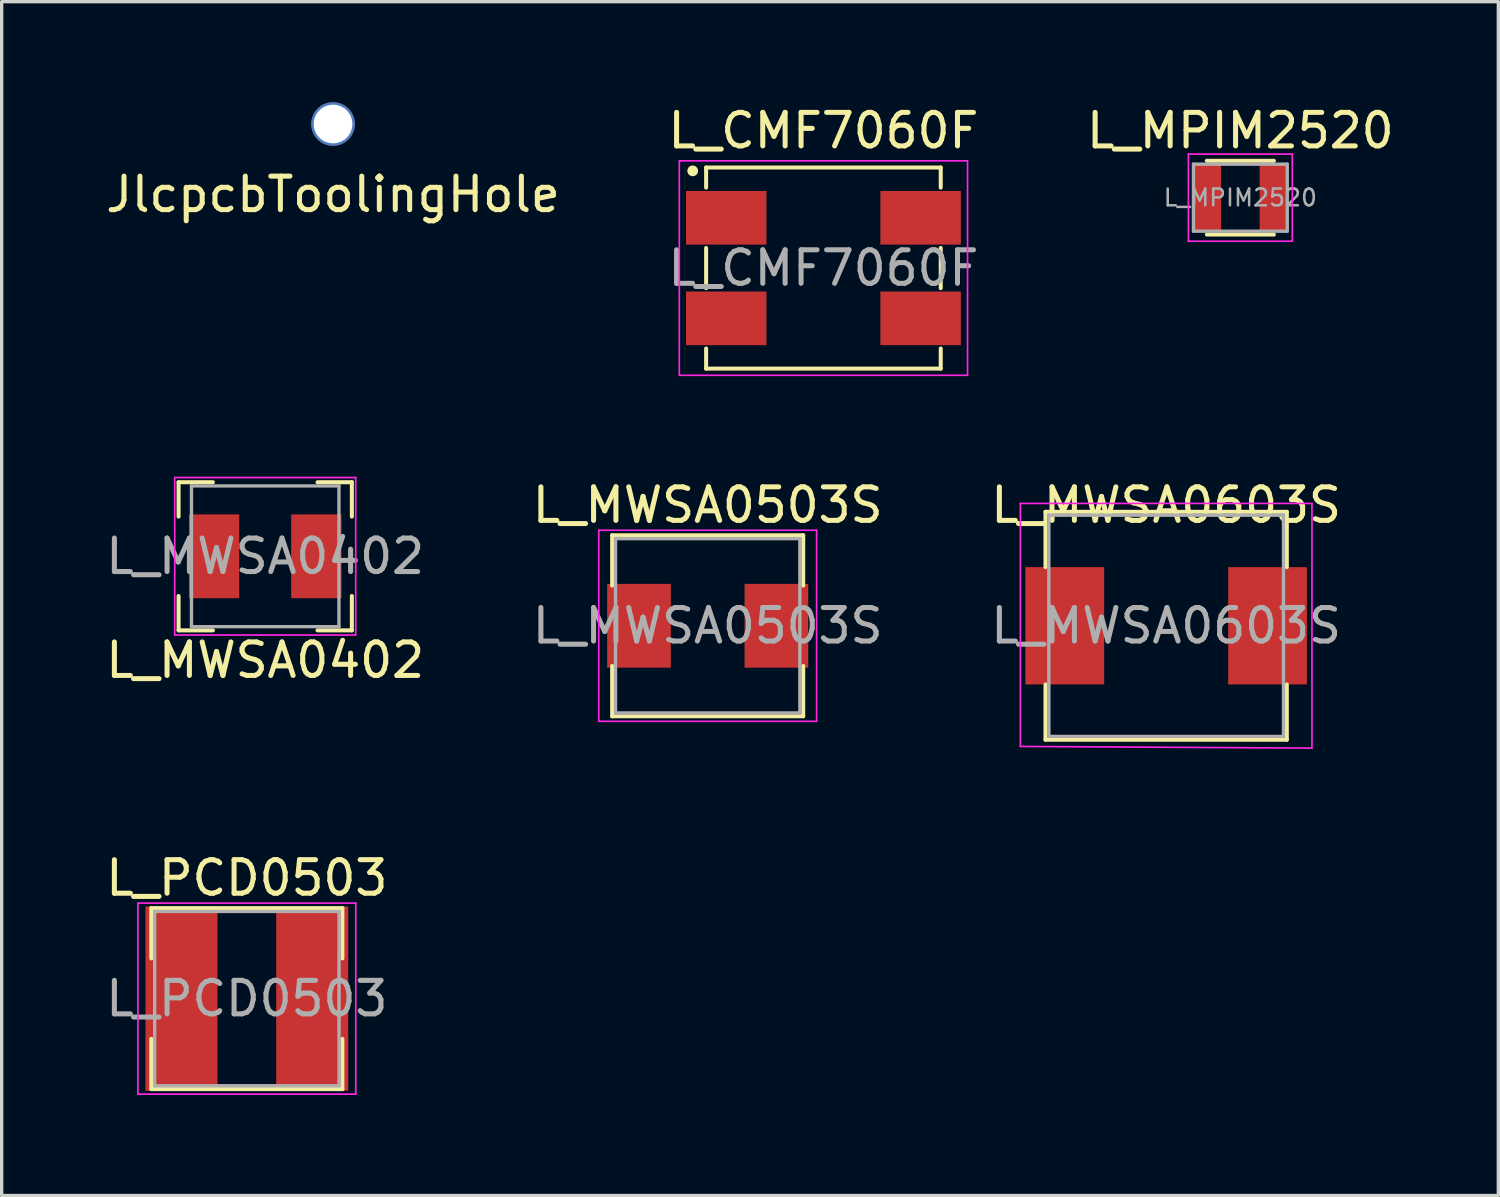
<source format=kicad_pcb>
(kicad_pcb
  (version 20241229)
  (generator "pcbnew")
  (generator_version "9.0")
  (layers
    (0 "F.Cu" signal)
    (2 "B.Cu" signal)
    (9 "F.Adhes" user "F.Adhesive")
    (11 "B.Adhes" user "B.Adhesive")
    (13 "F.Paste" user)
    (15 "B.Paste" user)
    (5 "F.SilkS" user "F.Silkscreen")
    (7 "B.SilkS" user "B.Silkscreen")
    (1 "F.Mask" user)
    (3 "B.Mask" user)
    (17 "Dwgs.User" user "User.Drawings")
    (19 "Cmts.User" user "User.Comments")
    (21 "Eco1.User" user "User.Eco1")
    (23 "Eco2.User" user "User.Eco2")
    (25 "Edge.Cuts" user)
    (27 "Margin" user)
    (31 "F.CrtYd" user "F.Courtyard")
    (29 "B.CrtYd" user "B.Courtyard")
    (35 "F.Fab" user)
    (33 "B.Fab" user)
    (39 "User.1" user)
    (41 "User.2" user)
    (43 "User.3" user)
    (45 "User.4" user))
  (footprint "JlcpcbToolingHole"
    (layer "F.Cu")
    (at 6.887 0.65)
    (property "Reference" "JlcpcbToolingHole" (at 0 2.1 0) (layer "F.SilkS") (effects (font (size 1 1) (thickness 0.15))))
    (attr through_hole)
    (pad "" np_thru_hole circle (at 0 0) (size 1.3 1.3) (drill 1.152) (layers "*.Cu" "*.Mask")))
  (footprint "L_CMF7060F"
    (layer "F.Cu")
    (at 21.518 4.948)
    (property "Reference" "L_CMF7060F" (at 0 -4.1 0) (unlocked yes) (layer "F.SilkS") (effects (font (size 1 1) (thickness 0.15))))
    (attr smd)
    (fp_line (start -3.5 -3) (end 3.5 -3) (stroke (width 0.12) (type solid)) (layer "F.SilkS"))
    (fp_line (start -3.5 -2.4) (end -3.5 -3) (stroke (width 0.12) (type solid)) (layer "F.SilkS"))
    (fp_line (start -3.5 0.6) (end -3.5 -0.6) (stroke (width 0.12) (type solid)) (layer "F.SilkS"))
    (fp_line (start -3.5 3) (end -3.5 2.4) (stroke (width 0.12) (type solid)) (layer "F.SilkS"))
    (fp_line (start 3.5 -3) (end 3.5 -2.4) (stroke (width 0.12) (type solid)) (layer "F.SilkS"))
    (fp_line (start 3.5 -0.6) (end 3.5 0.6) (stroke (width 0.12) (type solid)) (layer "F.SilkS"))
    (fp_line (start 3.5 2.4) (end 3.5 3) (stroke (width 0.12) (type solid)) (layer "F.SilkS"))
    (fp_line (start 3.5 3) (end -3.5 3) (stroke (width 0.12) (type solid)) (layer "F.SilkS"))
    (fp_circle (center -3.9 -2.9) (end -3.8 -2.9) (stroke (width 0.12) (type solid)) (fill yes) (layer "F.SilkS"))
    (fp_rect (start -4.3 -3.2) (end 4.3 3.2) (stroke (width 0.05) (type solid)) (fill no) (layer "F.CrtYd"))
    (fp_text user "${REFERENCE}" (at 0 0 0) (unlocked yes) (layer "F.Fab") (effects (font (size 1 1) (thickness 0.15))))
    (pad "1" smd rect (at -2.9 -1.5) (size 2.4 1.6) (layers "F.Cu" "F.Mask" "F.Paste"))
    (pad "2" smd rect (at -2.9 1.5) (size 2.4 1.6) (layers "F.Cu" "F.Mask" "F.Paste"))
    (pad "3" smd rect (at 2.9 1.5) (size 2.4 1.6) (layers "F.Cu" "F.Mask" "F.Paste"))
    (pad "4" smd rect (at 2.9 -1.5) (size 2.4 1.6) (layers "F.Cu" "F.Mask" "F.Paste")))
  (footprint "L_MWSA0503S"
    (layer "F.Cu")
    (at 18.065 15.621)
    (property "Reference" "L_MWSA0503S" (at 0 -3.6 0) (layer "F.SilkS") (effects (font (size 1 1) (thickness 0.15))))
    (attr smd)
    (fp_line (start -2.85 -2.7) (end 2.85 -2.7) (stroke (width 0.12) (type solid)) (layer "F.SilkS"))
    (fp_line (start -2.85 -1.2) (end -2.85 -2.7) (stroke (width 0.12) (type solid)) (layer "F.SilkS"))
    (fp_line (start -2.85 1.2) (end -2.85 2.7) (stroke (width 0.12) (type solid)) (layer "F.SilkS"))
    (fp_line (start -2.85 2.7) (end 2.85 2.7) (stroke (width 0.12) (type solid)) (layer "F.SilkS"))
    (fp_line (start 2.85 -2.7) (end 2.85 -1.2) (stroke (width 0.12) (type solid)) (layer "F.SilkS"))
    (fp_line (start 2.85 2.7) (end 2.85 1.2) (stroke (width 0.12) (type solid)) (layer "F.SilkS"))
    (fp_line (start -3.25 -2.85) (end -3.25 2.85) (stroke (width 0.05) (type solid)) (layer "F.CrtYd"))
    (fp_line (start -3.25 2.85) (end 3.25 2.85) (stroke (width 0.05) (type solid)) (layer "F.CrtYd"))
    (fp_line (start 3.25 -2.85) (end -3.25 -2.85) (stroke (width 0.05) (type solid)) (layer "F.CrtYd"))
    (fp_line (start 3.25 2.85) (end 3.25 -2.85) (stroke (width 0.05) (type solid)) (layer "F.CrtYd"))
    (fp_line (start -2.75 -2.6) (end -2.75 2.6) (stroke (width 0.1) (type solid)) (layer "F.Fab"))
    (fp_line (start -2.75 2.6) (end 2.75 2.6) (stroke (width 0.1) (type solid)) (layer "F.Fab"))
    (fp_line (start 2.75 -2.6) (end -2.75 -2.6) (stroke (width 0.1) (type solid)) (layer "F.Fab"))
    (fp_line (start 2.75 2.6) (end 2.75 -2.6) (stroke (width 0.1) (type solid)) (layer "F.Fab"))
    (fp_text user "${REFERENCE}" (at 0 0 0) (layer "F.Fab") (effects (font (size 1 1) (thickness 0.15))))
    (pad "1" smd rect (at -2.05 0) (size 1.9 2.5) (layers "F.Cu" "F.Mask" "F.Paste"))
    (pad "2" smd rect (at 2.05 0) (size 1.9 2.5) (layers "F.Cu" "F.Mask" "F.Paste")))
  (footprint "L_MPIM2520"
    (layer "F.Cu")
    (at 33.958 2.848)
    (property "Reference" "L_MPIM2520" (at 0 -2 0) (layer "F.SilkS") (effects (font (size 1 1) (thickness 0.15))))
    (attr smd)
    (fp_line (start -1 -1.1) (end 1 -1.1) (stroke (width 0.12) (type solid)) (layer "F.SilkS"))
    (fp_line (start -1 1.1) (end 1 1.1) (stroke (width 0.12) (type solid)) (layer "F.SilkS"))
    (fp_line (start -1.55 -1.3) (end -1.55 1.3) (stroke (width 0.05) (type solid)) (layer "F.CrtYd"))
    (fp_line (start -1.55 1.3) (end 1.55 1.3) (stroke (width 0.05) (type solid)) (layer "F.CrtYd"))
    (fp_line (start 1.55 -1.3) (end -1.55 -1.3) (stroke (width 0.05) (type solid)) (layer "F.CrtYd"))
    (fp_line (start 1.55 1.3) (end 1.55 -1.3) (stroke (width 0.05) (type solid)) (layer "F.CrtYd"))
    (fp_line (start -1.4 -1) (end -1.4 1) (stroke (width 0.1) (type solid)) (layer "F.Fab"))
    (fp_line (start -1.4 1) (end 1.4 1) (stroke (width 0.1) (type solid)) (layer "F.Fab"))
    (fp_line (start 1.4 -1) (end -1.4 -1) (stroke (width 0.1) (type solid)) (layer "F.Fab"))
    (fp_line (start 1.4 1) (end 1.4 -1) (stroke (width 0.1) (type solid)) (layer "F.Fab"))
    (fp_text user "${REFERENCE}" (at 0 0 0) (layer "F.Fab") (effects (font (size 0.5 0.5) (thickness 0.075))))
    (pad "1" smd rect (at -0.975 0) (size 0.8 2) (layers "F.Cu" "F.Mask" "F.Paste"))
    (pad "2" smd rect (at 0.975 0) (size 0.8 2) (layers "F.Cu" "F.Mask" "F.Paste")))
  (footprint "L_MWSA0603S"
    (layer "F.Cu")
    (at 31.744 15.621)
    (property "Reference" "L_MWSA0603S" (at 0 -3.6 0) (layer "F.SilkS") (effects (font (size 1 1) (thickness 0.15))))
    (attr smd)
    (fp_line (start -3.6 -3.4) (end 3.6 -3.4) (stroke (width 0.12) (type solid)) (layer "F.SilkS"))
    (fp_line (start -3.6 -1.75) (end -3.6 -3.4) (stroke (width 0.12) (type solid)) (layer "F.SilkS"))
    (fp_line (start -3.6 1.75) (end -3.6 3.4) (stroke (width 0.12) (type solid)) (layer "F.SilkS"))
    (fp_line (start -3.6 3.4) (end 3.6 3.4) (stroke (width 0.12) (type solid)) (layer "F.SilkS"))
    (fp_line (start 3.6 -3.4) (end 3.6 -1.75) (stroke (width 0.12) (type solid)) (layer "F.SilkS"))
    (fp_line (start 3.6 3.4) (end 3.6 1.75) (stroke (width 0.12) (type solid)) (layer "F.SilkS"))
    (fp_line (start -4.35 -3.65) (end -4.35 3.6) (stroke (width 0.05) (type solid)) (layer "F.CrtYd"))
    (fp_line (start -4.35 3.6) (end 4.35 3.65) (stroke (width 0.05) (type solid)) (layer "F.CrtYd"))
    (fp_line (start 4.35 -3.65) (end -4.35 -3.65) (stroke (width 0.05) (type solid)) (layer "F.CrtYd"))
    (fp_line (start 4.35 3.65) (end 4.35 -3.65) (stroke (width 0.05) (type solid)) (layer "F.CrtYd"))
    (fp_line (start -3.5 -3.3) (end -3.5 3.3) (stroke (width 0.1) (type solid)) (layer "F.Fab"))
    (fp_line (start -3.5 3.3) (end 3.5 3.3) (stroke (width 0.1) (type solid)) (layer "F.Fab"))
    (fp_line (start 3.5 -3.3) (end -3.5 -3.3) (stroke (width 0.1) (type solid)) (layer "F.Fab"))
    (fp_line (start 3.5 3.3) (end 3.5 -3.3) (stroke (width 0.1) (type solid)) (layer "F.Fab"))
    (fp_text user "${REFERENCE}" (at 0 0 0) (layer "F.Fab") (effects (font (size 1 1) (thickness 0.15))))
    (pad "1" smd rect (at -3.025 0) (size 2.35 3.5) (layers "F.Cu" "F.Mask" "F.Paste"))
    (pad "2" smd rect (at 3.025 0) (size 2.35 3.5) (layers "F.Cu" "F.Mask" "F.Paste")))
  (footprint "L_MWSA0402"
    (layer "F.Cu")
    (at 4.863 13.548)
    (property "Reference" "L_MWSA0402" (at 0 3.1 0) (layer "F.SilkS") (effects (font (size 1 1) (thickness 0.15))))
    (attr smd)
    (fp_line (start -2.585 -2.21) (end -2.585 -1.185) (stroke (width 0.12) (type solid)) (layer "F.SilkS"))
    (fp_line (start -2.585 -2.21) (end -1.56 -2.21) (stroke (width 0.12) (type solid)) (layer "F.SilkS"))
    (fp_line (start -2.585 2.21) (end -2.585 1.185) (stroke (width 0.12) (type solid)) (layer "F.SilkS"))
    (fp_line (start -2.585 2.21) (end -1.56 2.21) (stroke (width 0.12) (type solid)) (layer "F.SilkS"))
    (fp_line (start 2.585 -2.21) (end 1.56 -2.21) (stroke (width 0.12) (type solid)) (layer "F.SilkS"))
    (fp_line (start 2.585 -2.21) (end 2.585 -1.185) (stroke (width 0.12) (type solid)) (layer "F.SilkS"))
    (fp_line (start 2.585 2.21) (end 1.56 2.21) (stroke (width 0.12) (type solid)) (layer "F.SilkS"))
    (fp_line (start 2.585 2.21) (end 2.585 1.185) (stroke (width 0.12) (type solid)) (layer "F.SilkS"))
    (fp_line (start -2.7 -2.35) (end -2.7 2.35) (stroke (width 0.05) (type solid)) (layer "F.CrtYd"))
    (fp_line (start -2.7 -2.35) (end 2.7 -2.35) (stroke (width 0.05) (type solid)) (layer "F.CrtYd"))
    (fp_line (start -2.7 2.35) (end 2.7 2.35) (stroke (width 0.05) (type solid)) (layer "F.CrtYd"))
    (fp_line (start 2.7 -2.35) (end 2.7 2.35) (stroke (width 0.05) (type solid)) (layer "F.CrtYd"))
    (fp_line (start -2.2 -2.1) (end -2.2 2.1) (stroke (width 0.1) (type solid)) (layer "F.Fab"))
    (fp_line (start -2.2 -2.1) (end 2.2 -2.1) (stroke (width 0.1) (type solid)) (layer "F.Fab"))
    (fp_line (start 2.2 -2.1) (end 2.2 2.1) (stroke (width 0.1) (type solid)) (layer "F.Fab"))
    (fp_line (start 2.2 2.1) (end -2.2 2.1) (stroke (width 0.1) (type solid)) (layer "F.Fab"))
    (fp_text user "${REFERENCE}" (at 0 0 0) (layer "F.Fab") (effects (font (size 1 1) (thickness 0.15))))
    (pad "1" smd rect (at -1.525 0) (size 1.5 2.5) (layers "F.Cu" "F.Mask" "F.Paste"))
    (pad "2" smd rect (at 1.525 0) (size 1.5 2.5) (layers "F.Cu" "F.Mask" "F.Paste")))
  (footprint "L_PCD0503"
    (layer "F.Cu")
    (at 4.315 26.745)
    (property "Reference" "L_PCD0503" (at 0 -3.6 0) (layer "F.SilkS") (effects (font (size 1 1) (thickness 0.15))))
    (attr smd)
    (fp_line (start -2.85 -2.7) (end 2.85 -2.7) (stroke (width 0.12) (type solid)) (layer "F.SilkS"))
    (fp_line (start -2.85 -1.2) (end -2.85 -2.7) (stroke (width 0.12) (type solid)) (layer "F.SilkS"))
    (fp_line (start -2.85 1.2) (end -2.85 2.7) (stroke (width 0.12) (type solid)) (layer "F.SilkS"))
    (fp_line (start -2.85 2.7) (end 2.85 2.7) (stroke (width 0.12) (type solid)) (layer "F.SilkS"))
    (fp_line (start 2.85 -2.7) (end 2.85 -1.2) (stroke (width 0.12) (type solid)) (layer "F.SilkS"))
    (fp_line (start 2.85 2.7) (end 2.85 1.2) (stroke (width 0.12) (type solid)) (layer "F.SilkS"))
    (fp_line (start -3.25 -2.85) (end -3.25 2.85) (stroke (width 0.05) (type solid)) (layer "F.CrtYd"))
    (fp_line (start -3.25 2.85) (end 3.25 2.85) (stroke (width 0.05) (type solid)) (layer "F.CrtYd"))
    (fp_line (start 3.25 -2.85) (end -3.25 -2.85) (stroke (width 0.05) (type solid)) (layer "F.CrtYd"))
    (fp_line (start 3.25 2.85) (end 3.25 -2.85) (stroke (width 0.05) (type solid)) (layer "F.CrtYd"))
    (fp_line (start -2.75 -2.6) (end -2.75 2.6) (stroke (width 0.1) (type solid)) (layer "F.Fab"))
    (fp_line (start -2.75 2.6) (end 2.75 2.6) (stroke (width 0.1) (type solid)) (layer "F.Fab"))
    (fp_line (start 2.75 -2.6) (end -2.75 -2.6) (stroke (width 0.1) (type solid)) (layer "F.Fab"))
    (fp_line (start 2.75 2.6) (end 2.75 -2.6) (stroke (width 0.1) (type solid)) (layer "F.Fab"))
    (fp_text user "${REFERENCE}" (at 0 0 0) (layer "F.Fab") (effects (font (size 1 1) (thickness 0.15))))
    (pad "1" smd rect (at -1.95 0) (size 2.15 5.5) (layers "F.Cu" "F.Mask" "F.Paste"))
    (pad "2" smd rect (at 1.95 0) (size 2.15 5.5) (layers "F.Cu" "F.Mask" "F.Paste")))
  (gr_rect
    (start -3 -3)
    (end 41.655 32.62)
    (stroke (width 0.1) (type default))
    (fill no)
    (layer "Edge.Cuts")))
</source>
